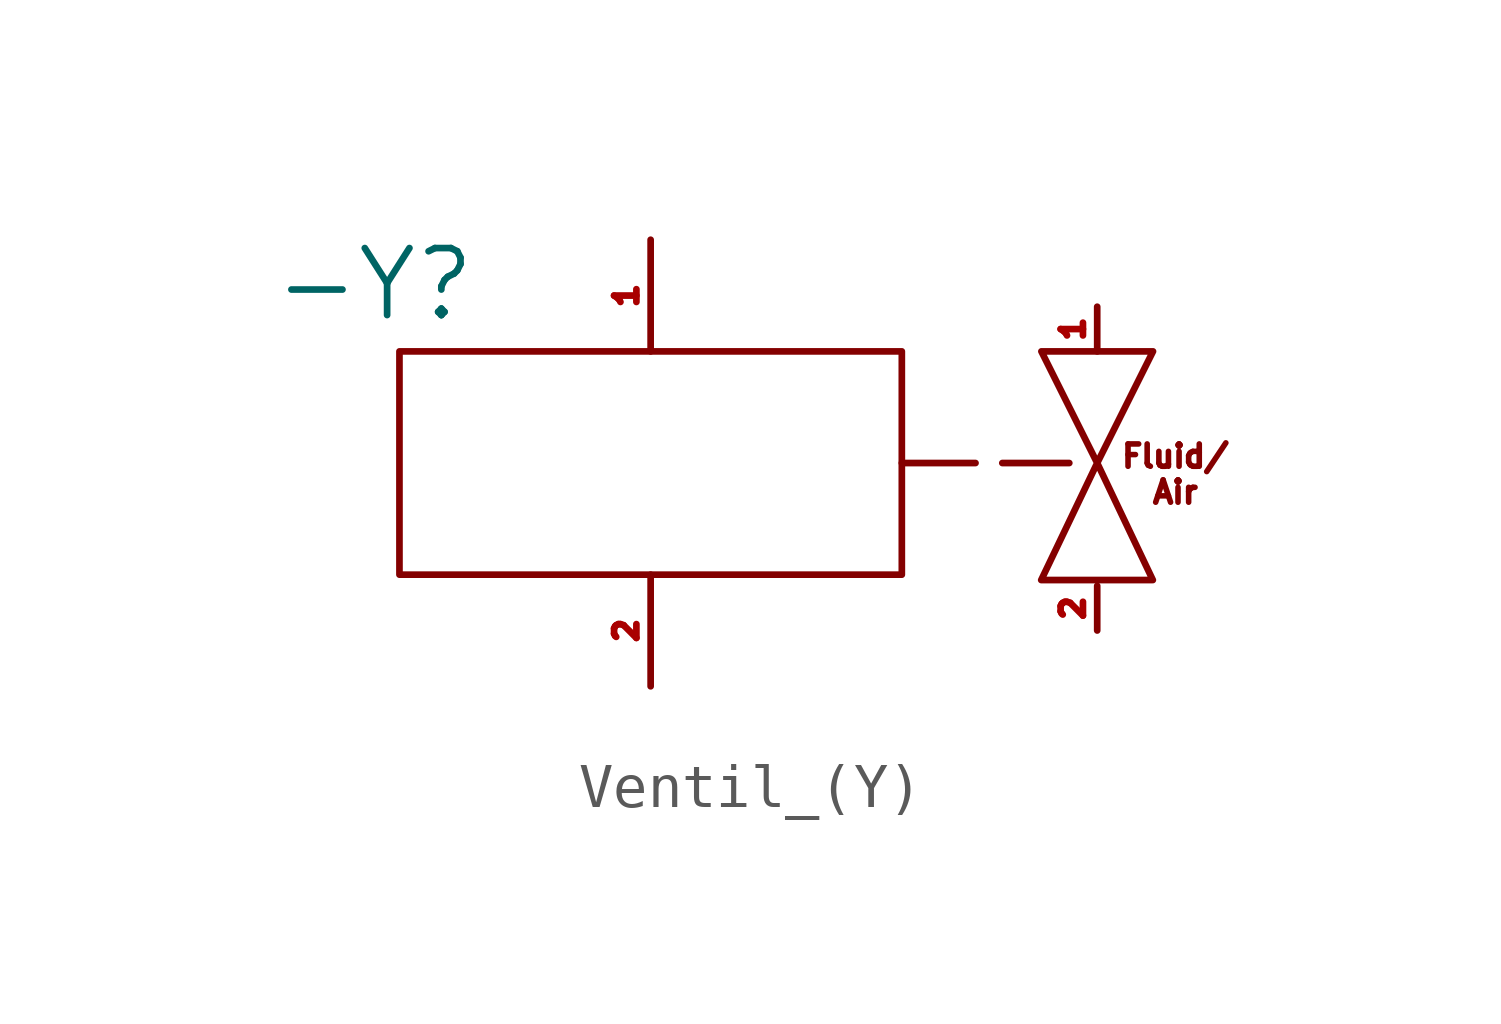
<source format=kicad_sym>
(kicad_symbol_lib
  (version 20241209)
  (generator "kicad_symbol_editor")
  (generator_version "9.0")
  (symbol "Ventil_(Y)"
    (pin_names
      (hide yes))
    (property "Reference" "-Y"
      (at -8.636 4.064 0)
      (do_not_autoplace)
      (effects (font (size 1.524 1.524)) (justify left)))
    (property "Value" ""
      (at 0 0 0)
      (effects (font (size 1.27 1.27))))
    (symbol "Ventil_(Y)_0_1"
      (rectangle (start -5.715 2.54) (end 5.715 -2.54) (stroke (width 0) (type default)) (fill (type none))))
    (symbol "Ventil_(Y)_1_1"
      (polyline (pts (xy 5.715 0) (xy 9.525 0)) (stroke (width 0) (type dash)) (fill (type none)))
      (polyline (pts (xy 10.16 0) (xy 8.886 -2.662) (xy 11.426 -2.662) (xy 10.16 0) (xy 8.89 2.54) (xy 11.43 2.54) (xy 10.16 0)) (stroke (width 0) (type solid)) (fill (type none)))
      (text "Fluid/\nAir" (at 11.938 -0.254 0) (effects (font (size 0.508 0.508))))
      (pin input line (at 0 5.08 270) (length 2.54) (name "" (effects (font (size 0.762 0.762)))) (number "1" (effects (font (size 0.508 0.508)))))
      (pin output line (at 0 -5.08 90) (length 2.54) (name "" (effects (font (size 0.762 0.762)))) (number "2" (effects (font (size 0.508 0.508)))))
      (pin passive line (at 10.16 3.556 270) (length 1.016) (name "1" (effects (font (size 0.762 0.762)))) (number "1" (effects (font (size 0.508 0.508)))))
      (pin passive line (at 10.16 -3.81 90) (length 1.016) (name "2" (effects (font (size 0.762 0.762)))) (number "2" (effects (font (size 0.508 0.508))))))))
</source>
